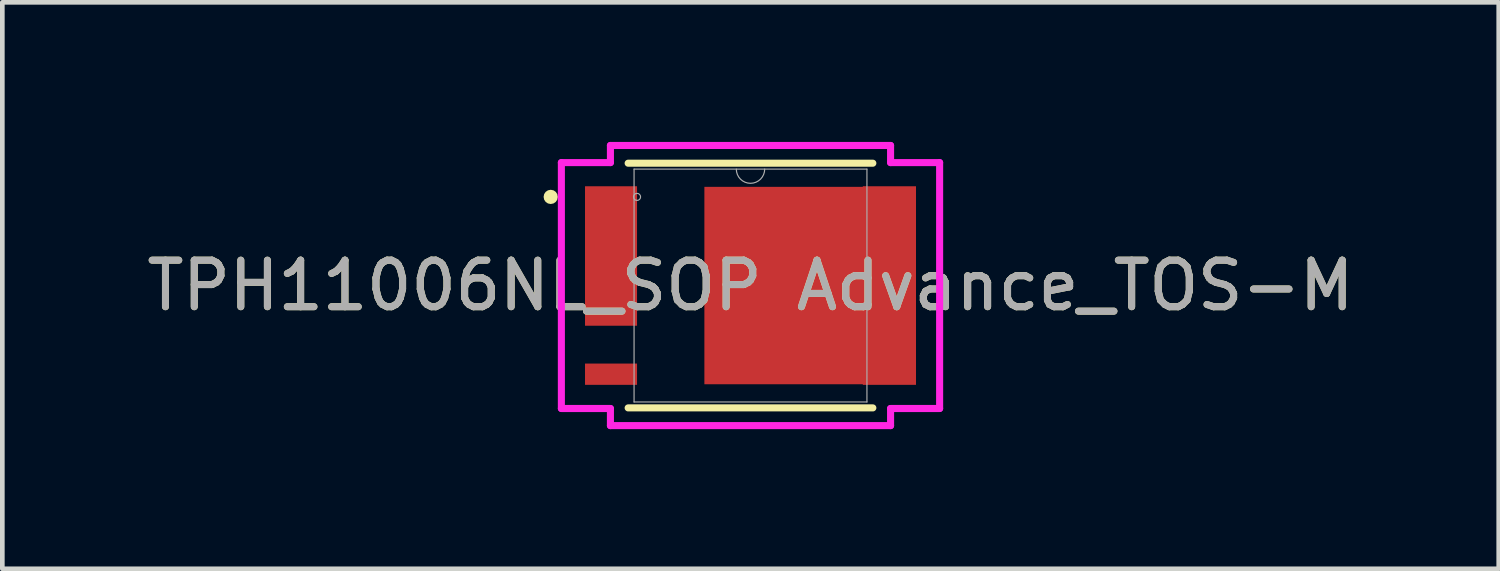
<source format=kicad_pcb>
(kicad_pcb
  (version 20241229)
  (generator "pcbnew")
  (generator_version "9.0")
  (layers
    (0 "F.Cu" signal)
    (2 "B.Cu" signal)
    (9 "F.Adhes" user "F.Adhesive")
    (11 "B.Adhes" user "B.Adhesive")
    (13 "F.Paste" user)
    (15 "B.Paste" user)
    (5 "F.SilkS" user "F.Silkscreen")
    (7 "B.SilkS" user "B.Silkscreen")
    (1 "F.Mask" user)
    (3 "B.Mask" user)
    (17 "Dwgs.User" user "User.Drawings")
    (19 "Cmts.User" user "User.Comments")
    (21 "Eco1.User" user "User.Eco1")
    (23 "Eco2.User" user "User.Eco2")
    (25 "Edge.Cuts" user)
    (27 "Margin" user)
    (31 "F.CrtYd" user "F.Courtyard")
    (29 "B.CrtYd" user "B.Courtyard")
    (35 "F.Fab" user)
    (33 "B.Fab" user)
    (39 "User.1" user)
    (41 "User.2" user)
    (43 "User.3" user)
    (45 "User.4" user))
  (footprint "TPH11006NL_SOP Advance_TOS-M"
    (layer "F.Cu")
    (at 13.077 3.086)
    (property "Reference" "TPH11006NL_SOP Advance_TOS-M" (at 0 0 0) (unlocked yes) (layer "F.SilkS") (effects (font (size 1 1) (thickness 0.15))))
    (attr smd)
    (fp_poly (pts (xy 2.515 -2.121) (xy 2.515 2.121) (xy -0.991 2.121) (xy -0.991 -2.121)) (stroke (width 0) (type solid)) (fill yes) (layer "F.Cu"))
    (fp_line (start -2.629 2.629) (end 2.629 2.629) (stroke (width 0.152) (type solid)) (layer "F.SilkS"))
    (fp_line (start 2.629 -2.629) (end -2.629 -2.629) (stroke (width 0.152) (type solid)) (layer "F.SilkS"))
    (fp_circle (center -4.293 -1.905) (end -4.216 -1.905) (stroke (width 0.152) (type solid)) (fill no) (layer "F.SilkS"))
    (fp_poly (pts (xy -0.941 -1.856) (xy -0.941 -0.752) (xy 0.662 -0.752) (xy 0.662 -1.856)) (stroke (width 0) (type solid)) (fill yes) (layer "F.Paste"))
    (fp_poly (pts (xy -0.941 -0.552) (xy -0.941 0.552) (xy 0.662 0.552) (xy 0.662 -0.552)) (stroke (width 0) (type solid)) (fill yes) (layer "F.Paste"))
    (fp_poly (pts (xy -0.941 0.752) (xy -0.941 1.856) (xy 0.662 1.856) (xy 0.662 0.752)) (stroke (width 0) (type solid)) (fill yes) (layer "F.Paste"))
    (fp_poly (pts (xy 0.862 -1.856) (xy 0.862 -0.752) (xy 2.465 -0.752) (xy 2.465 -1.856)) (stroke (width 0) (type solid)) (fill yes) (layer "F.Paste"))
    (fp_poly (pts (xy 0.862 -0.552) (xy 0.862 0.552) (xy 2.465 0.552) (xy 2.465 -0.552)) (stroke (width 0) (type solid)) (fill yes) (layer "F.Paste"))
    (fp_poly (pts (xy 0.862 0.752) (xy 0.862 1.856) (xy 2.465 1.856) (xy 2.465 0.752)) (stroke (width 0) (type solid)) (fill yes) (layer "F.Paste"))
    (fp_line (start -4.064 -2.642) (end -3.01 -2.642) (stroke (width 0.152) (type solid)) (layer "F.CrtYd"))
    (fp_line (start -4.064 2.642) (end -4.064 -2.642) (stroke (width 0.152) (type solid)) (layer "F.CrtYd"))
    (fp_line (start -4.064 2.642) (end -3.01 2.642) (stroke (width 0.152) (type solid)) (layer "F.CrtYd"))
    (fp_line (start -3.01 -3.01) (end 3.01 -3.01) (stroke (width 0.152) (type solid)) (layer "F.CrtYd"))
    (fp_line (start -3.01 -2.642) (end -3.01 -3.01) (stroke (width 0.152) (type solid)) (layer "F.CrtYd"))
    (fp_line (start -3.01 3.01) (end -3.01 2.642) (stroke (width 0.152) (type solid)) (layer "F.CrtYd"))
    (fp_line (start 3.01 -3.01) (end 3.01 -2.642) (stroke (width 0.152) (type solid)) (layer "F.CrtYd"))
    (fp_line (start 3.01 2.642) (end 3.01 3.01) (stroke (width 0.152) (type solid)) (layer "F.CrtYd"))
    (fp_line (start 3.01 3.01) (end -3.01 3.01) (stroke (width 0.152) (type solid)) (layer "F.CrtYd"))
    (fp_line (start 4.064 -2.642) (end 3.01 -2.642) (stroke (width 0.152) (type solid)) (layer "F.CrtYd"))
    (fp_line (start 4.064 -2.642) (end 4.064 2.642) (stroke (width 0.152) (type solid)) (layer "F.CrtYd"))
    (fp_line (start 4.064 2.642) (end 3.01 2.642) (stroke (width 0.152) (type solid)) (layer "F.CrtYd"))
    (fp_line (start -2.502 -2.502) (end -2.502 2.502) (stroke (width 0.025) (type solid)) (layer "F.Fab"))
    (fp_line (start -2.502 2.502) (end 2.502 2.502) (stroke (width 0.025) (type solid)) (layer "F.Fab"))
    (fp_line (start 2.502 -2.502) (end -2.502 -2.502) (stroke (width 0.025) (type solid)) (layer "F.Fab"))
    (fp_line (start 2.502 2.502) (end 2.502 -2.502) (stroke (width 0.025) (type solid)) (layer "F.Fab"))
    (fp_arc (start 0.3048 -2.5019) (mid 0 -2.1971) (end -0.3048 -2.5019) (stroke (width 0.0254) (type solid)) (layer "F.Fab"))
    (fp_circle (center -2.438 -1.905) (end -2.362 -1.905) (stroke (width 0.025) (type solid)) (fill no) (layer "F.Fab"))
    (fp_text user "${REFERENCE}" (at 0 0 0) (unlocked yes) (layer "F.Fab") (effects (font (size 1 1) (thickness 0.15))))
    (pad "1" smd rect (at 2.985 0.000002) (size 1.143 4.267) (layers "F.Cu" "F.Mask" "F.Paste"))
    (pad "2" smd rect (at -2.997 1.905) (size 1.118 0.457) (layers "F.Cu" "F.Mask" "F.Paste"))
    (pad "3" smd rect (at -2.997 -0.635) (size 1.118 2.997) (layers "F.Cu" "F.Mask" "F.Paste")))
  (gr_rect
    (start -3 -3)
    (end 29.155 9.172)
    (stroke (width 0.1) (type default))
    (fill no)
    (layer "Edge.Cuts")))
</source>
